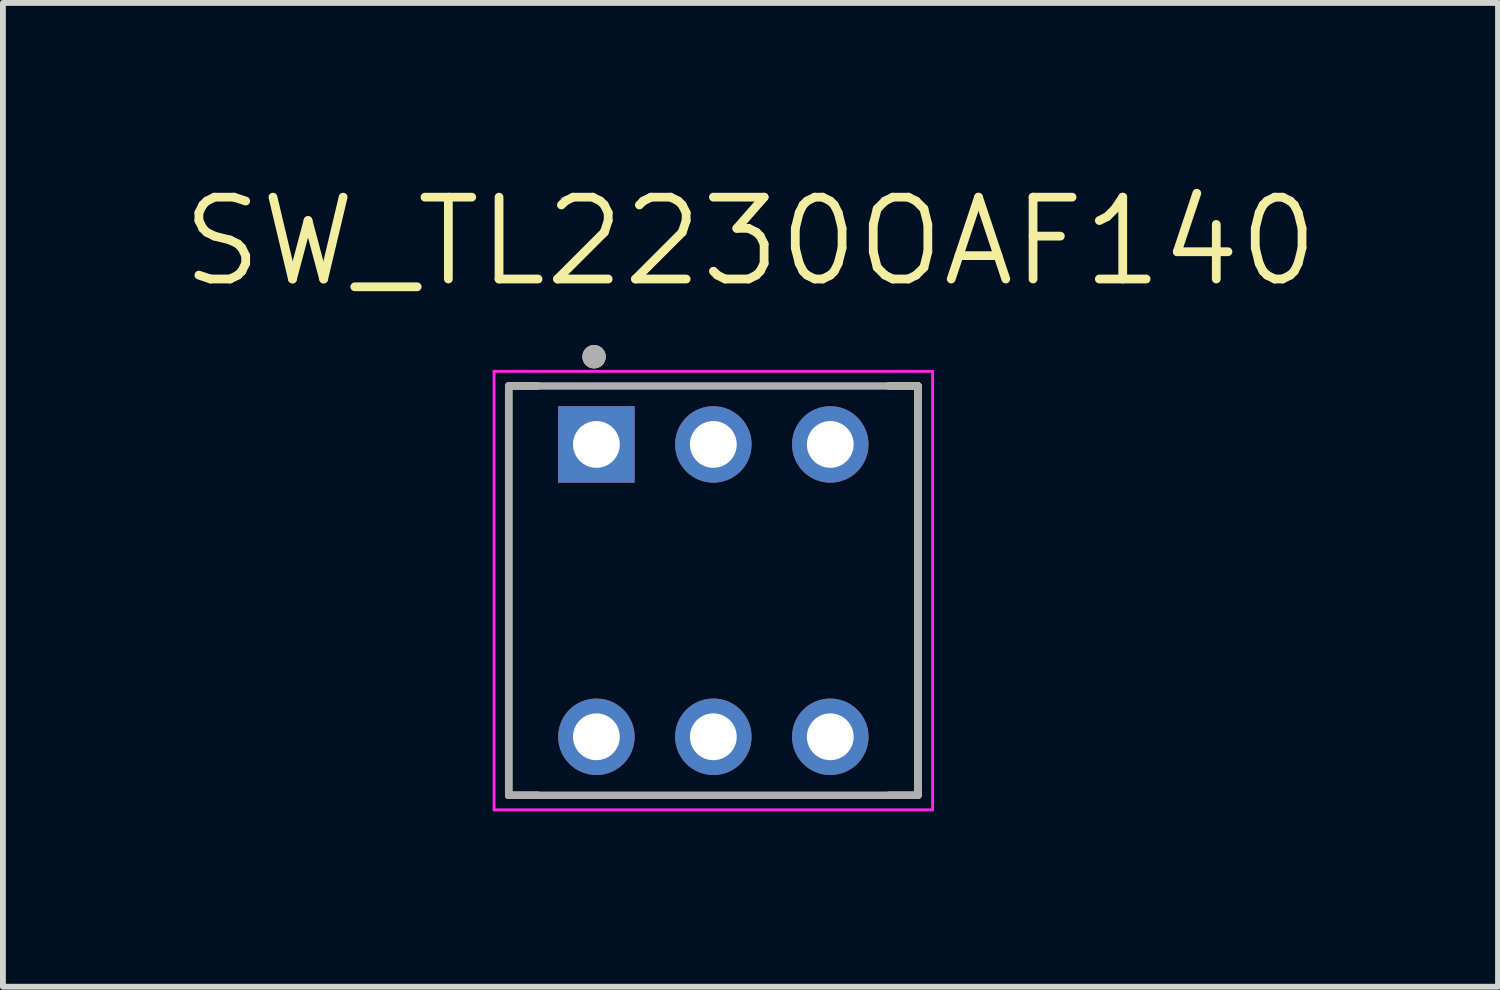
<source format=kicad_pcb>
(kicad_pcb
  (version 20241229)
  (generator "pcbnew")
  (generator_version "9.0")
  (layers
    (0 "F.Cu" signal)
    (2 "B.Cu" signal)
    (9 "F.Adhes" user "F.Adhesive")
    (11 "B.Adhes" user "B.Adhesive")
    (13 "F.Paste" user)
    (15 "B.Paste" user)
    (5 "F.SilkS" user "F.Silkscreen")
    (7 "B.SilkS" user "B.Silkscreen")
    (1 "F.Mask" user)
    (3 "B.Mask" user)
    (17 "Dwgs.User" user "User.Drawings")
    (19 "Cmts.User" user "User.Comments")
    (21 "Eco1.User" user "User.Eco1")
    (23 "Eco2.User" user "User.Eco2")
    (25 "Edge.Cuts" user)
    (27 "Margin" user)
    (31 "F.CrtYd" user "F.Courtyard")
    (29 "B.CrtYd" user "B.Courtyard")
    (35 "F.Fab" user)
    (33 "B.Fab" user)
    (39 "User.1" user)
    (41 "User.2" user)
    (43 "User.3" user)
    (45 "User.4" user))
  (footprint "SW_TL2230OAF140"
    (layer "F.Cu")
    (at 9.15 7.051)
    (property "Reference" "SW_TL2230OAF140" (at 0.635 -5.969 0) (layer "F.SilkS") (effects (font (size 1.4 1.4) (thickness 0.15))))
    (attr through_hole)
    (fp_line (start -3.5 -3.5) (end -3 -3.5) (stroke (width 0.127) (type solid)) (layer "F.SilkS"))
    (fp_line (start -3.5 3.5) (end -3.5 -3.5) (stroke (width 0.127) (type solid)) (layer "F.SilkS"))
    (fp_line (start -3.5 3.5) (end -3 3.5) (stroke (width 0.127) (type solid)) (layer "F.SilkS"))
    (fp_line (start 3 -3.5) (end 3.5 -3.5) (stroke (width 0.127) (type solid)) (layer "F.SilkS"))
    (fp_line (start 3 3.5) (end 3.5 3.5) (stroke (width 0.127) (type solid)) (layer "F.SilkS"))
    (fp_line (start 3.5 -3.5) (end 3.5 3.5) (stroke (width 0.127) (type solid)) (layer "F.SilkS"))
    (fp_circle (center -2.04 -4) (end -1.94 -4) (stroke (width 0.2) (type solid)) (fill no) (layer "F.SilkS"))
    (fp_line (start -3.75 -3.75) (end 3.75 -3.75) (stroke (width 0.05) (type solid)) (layer "F.CrtYd"))
    (fp_line (start -3.75 3.75) (end -3.75 -3.75) (stroke (width 0.05) (type solid)) (layer "F.CrtYd"))
    (fp_line (start 3.75 -3.75) (end 3.75 3.75) (stroke (width 0.05) (type solid)) (layer "F.CrtYd"))
    (fp_line (start 3.75 3.75) (end -3.75 3.75) (stroke (width 0.05) (type solid)) (layer "F.CrtYd"))
    (fp_line (start -3.5 -3.5) (end 3.5 -3.5) (stroke (width 0.127) (type solid)) (layer "F.Fab"))
    (fp_line (start -3.5 3.5) (end -3.5 -3.5) (stroke (width 0.127) (type solid)) (layer "F.Fab"))
    (fp_line (start 3.5 -3.5) (end 3.5 3.5) (stroke (width 0.127) (type solid)) (layer "F.Fab"))
    (fp_line (start 3.5 3.5) (end -3.5 3.5) (stroke (width 0.127) (type solid)) (layer "F.Fab"))
    (fp_circle (center -2.04 -4) (end -1.94 -4) (stroke (width 0.2) (type solid)) (fill no) (layer "F.Fab"))
    (pad "1" thru_hole rect (at -2 -2.5) (size 1.308 1.308) (drill 0.8) (layers "*.Cu" "*.Mask"))
    (pad "2" thru_hole circle (at 0 -2.5) (size 1.308 1.308) (drill 0.8) (layers "*.Cu" "*.Mask"))
    (pad "3" thru_hole circle (at 2 -2.5) (size 1.308 1.308) (drill 0.8) (layers "*.Cu" "*.Mask"))
    (pad "4" thru_hole circle (at -2 2.5) (size 1.308 1.308) (drill 0.8) (layers "*.Cu" "*.Mask"))
    (pad "5" thru_hole circle (at 0 2.5) (size 1.308 1.308) (drill 0.8) (layers "*.Cu" "*.Mask"))
    (pad "6" thru_hole circle (at 2 2.5) (size 1.308 1.308) (drill 0.8) (layers "*.Cu" "*.Mask")))
  (gr_rect
    (start -3 -3)
    (end 22.57 13.826)
    (stroke (width 0.1) (type default))
    (fill no)
    (layer "Edge.Cuts")))
</source>
